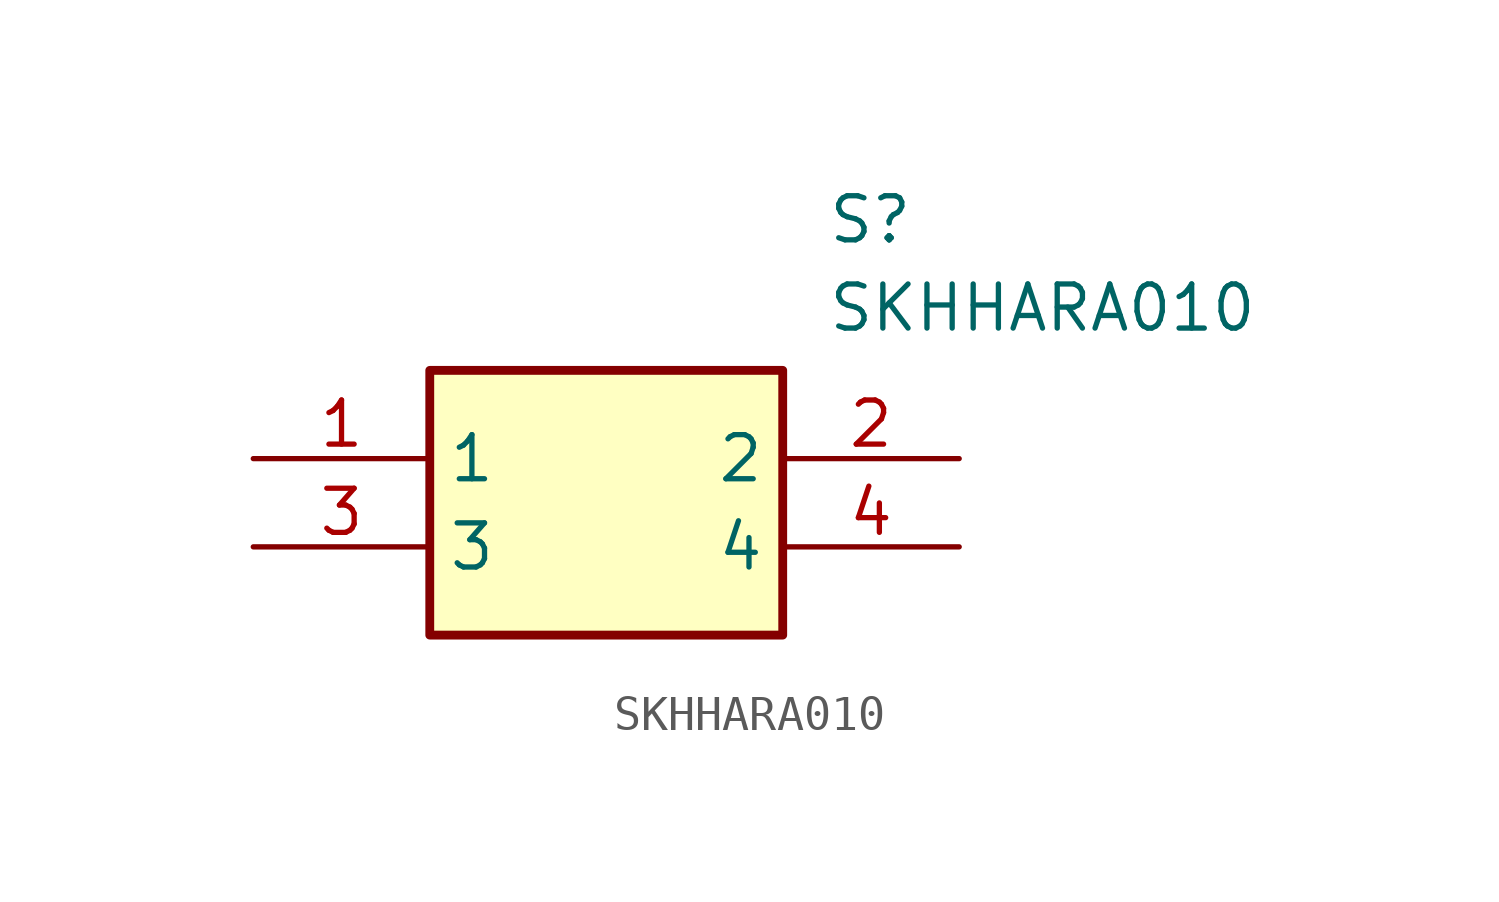
<source format=kicad_sym>
(kicad_symbol_lib
  (version 20211014)
  (generator SamacSys_ECAD_Model)
  (symbol "SKHHARA010"
    (property "Reference" "S"
      (at 16.51 7.62 0)
      (effects (font (size 1.27 1.27)) (justify left top)))
    (property "Value" "SKHHARA010"
      (at 16.51 5.08 0)
      (effects (font (size 1.27 1.27)) (justify left top)))
    (rectangle
      (start 5.08 2.54)
      (end 15.24 -5.08)
      (stroke (width 0.254) (type default))
      (fill (type background)))
    (pin passive line
      (at 0 0 0)
      (length 5.08)
      (name "1" (effects (font (size 1.27 1.27))))
      (number "1" (effects (font (size 1.27 1.27)))))
    (pin passive line
      (at 20.32 0 180)
      (length 5.08)
      (name "2" (effects (font (size 1.27 1.27))))
      (number "2" (effects (font (size 1.27 1.27)))))
    (pin passive line
      (at 0 -2.54 0)
      (length 5.08)
      (name "3" (effects (font (size 1.27 1.27))))
      (number "3" (effects (font (size 1.27 1.27)))))
    (pin passive line
      (at 20.32 -2.54 180)
      (length 5.08)
      (name "4" (effects (font (size 1.27 1.27))))
      (number "4" (effects (font (size 1.27 1.27)))))))
</source>
